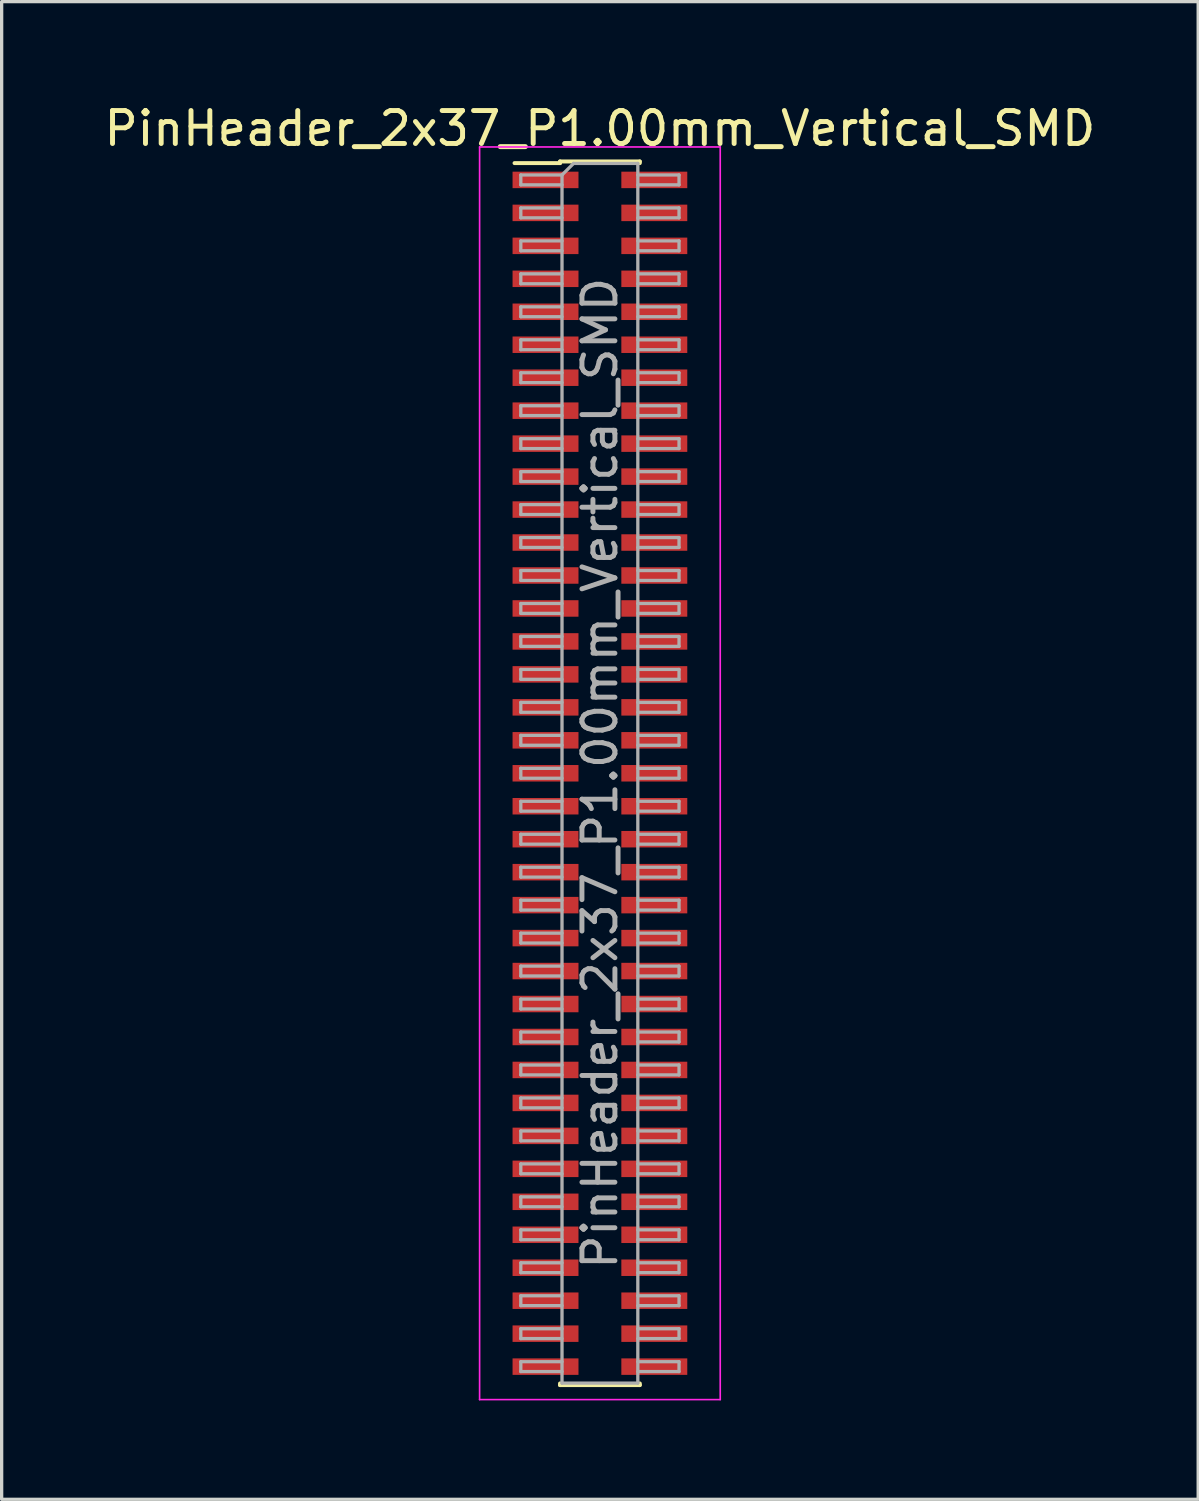
<source format=kicad_pcb>
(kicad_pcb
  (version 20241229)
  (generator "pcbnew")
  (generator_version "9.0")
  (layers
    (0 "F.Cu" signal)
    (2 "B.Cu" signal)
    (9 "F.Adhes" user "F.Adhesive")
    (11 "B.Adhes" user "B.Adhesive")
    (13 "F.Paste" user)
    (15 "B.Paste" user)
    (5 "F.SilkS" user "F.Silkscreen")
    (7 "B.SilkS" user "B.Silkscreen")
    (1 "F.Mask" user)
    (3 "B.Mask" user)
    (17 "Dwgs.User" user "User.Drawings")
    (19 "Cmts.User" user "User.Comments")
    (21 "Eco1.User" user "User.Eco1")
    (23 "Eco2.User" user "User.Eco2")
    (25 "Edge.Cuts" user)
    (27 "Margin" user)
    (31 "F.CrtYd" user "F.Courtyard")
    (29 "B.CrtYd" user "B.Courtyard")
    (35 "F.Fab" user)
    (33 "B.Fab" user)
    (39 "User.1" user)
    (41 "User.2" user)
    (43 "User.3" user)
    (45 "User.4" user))
  (footprint "PinHeader_2x37_P1.00mm_Vertical_SMD"
    (layer "F.Cu")
    (at 15.149 20.408)
    (property "Reference" "PinHeader_2x37_P1.00mm_Vertical_SMD" (at 0 -19.56 0) (layer "F.SilkS") (effects (font (size 1 1) (thickness 0.15))))
    (attr smd)
    (fp_line (start -2.59 -18.51) (end -1.21 -18.51) (stroke (width 0.12) (type solid)) (layer "F.SilkS"))
    (fp_line (start -1.21 -18.56) (end -1.21 -18.51) (stroke (width 0.12) (type solid)) (layer "F.SilkS"))
    (fp_line (start -1.21 -18.56) (end 1.21 -18.56) (stroke (width 0.12) (type solid)) (layer "F.SilkS"))
    (fp_line (start -1.21 18.51) (end -1.21 18.56) (stroke (width 0.12) (type solid)) (layer "F.SilkS"))
    (fp_line (start -1.21 18.56) (end 1.21 18.56) (stroke (width 0.12) (type solid)) (layer "F.SilkS"))
    (fp_line (start 1.21 -18.56) (end 1.21 -18.51) (stroke (width 0.12) (type solid)) (layer "F.SilkS"))
    (fp_line (start 1.21 18.51) (end 1.21 18.56) (stroke (width 0.12) (type solid)) (layer "F.SilkS"))
    (fp_line (start -3.65 -19) (end -3.65 19) (stroke (width 0.05) (type solid)) (layer "F.CrtYd"))
    (fp_line (start -3.65 19) (end 3.65 19) (stroke (width 0.05) (type solid)) (layer "F.CrtYd"))
    (fp_line (start 3.65 -19) (end -3.65 -19) (stroke (width 0.05) (type solid)) (layer "F.CrtYd"))
    (fp_line (start 3.65 19) (end 3.65 -19) (stroke (width 0.05) (type solid)) (layer "F.CrtYd"))
    (fp_line (start -2.4 -18.15) (end -2.4 -17.85) (stroke (width 0.1) (type solid)) (layer "F.Fab"))
    (fp_line (start -2.4 -17.85) (end -1.15 -17.85) (stroke (width 0.1) (type solid)) (layer "F.Fab"))
    (fp_line (start -2.4 -17.15) (end -2.4 -16.85) (stroke (width 0.1) (type solid)) (layer "F.Fab"))
    (fp_line (start -2.4 -16.85) (end -1.15 -16.85) (stroke (width 0.1) (type solid)) (layer "F.Fab"))
    (fp_line (start -2.4 -16.15) (end -2.4 -15.85) (stroke (width 0.1) (type solid)) (layer "F.Fab"))
    (fp_line (start -2.4 -15.85) (end -1.15 -15.85) (stroke (width 0.1) (type solid)) (layer "F.Fab"))
    (fp_line (start -2.4 -15.15) (end -2.4 -14.85) (stroke (width 0.1) (type solid)) (layer "F.Fab"))
    (fp_line (start -2.4 -14.85) (end -1.15 -14.85) (stroke (width 0.1) (type solid)) (layer "F.Fab"))
    (fp_line (start -2.4 -14.15) (end -2.4 -13.85) (stroke (width 0.1) (type solid)) (layer "F.Fab"))
    (fp_line (start -2.4 -13.85) (end -1.15 -13.85) (stroke (width 0.1) (type solid)) (layer "F.Fab"))
    (fp_line (start -2.4 -13.15) (end -2.4 -12.85) (stroke (width 0.1) (type solid)) (layer "F.Fab"))
    (fp_line (start -2.4 -12.85) (end -1.15 -12.85) (stroke (width 0.1) (type solid)) (layer "F.Fab"))
    (fp_line (start -2.4 -12.15) (end -2.4 -11.85) (stroke (width 0.1) (type solid)) (layer "F.Fab"))
    (fp_line (start -2.4 -11.85) (end -1.15 -11.85) (stroke (width 0.1) (type solid)) (layer "F.Fab"))
    (fp_line (start -2.4 -11.15) (end -2.4 -10.85) (stroke (width 0.1) (type solid)) (layer "F.Fab"))
    (fp_line (start -2.4 -10.85) (end -1.15 -10.85) (stroke (width 0.1) (type solid)) (layer "F.Fab"))
    (fp_line (start -2.4 -10.15) (end -2.4 -9.85) (stroke (width 0.1) (type solid)) (layer "F.Fab"))
    (fp_line (start -2.4 -9.85) (end -1.15 -9.85) (stroke (width 0.1) (type solid)) (layer "F.Fab"))
    (fp_line (start -2.4 -9.15) (end -2.4 -8.85) (stroke (width 0.1) (type solid)) (layer "F.Fab"))
    (fp_line (start -2.4 -8.85) (end -1.15 -8.85) (stroke (width 0.1) (type solid)) (layer "F.Fab"))
    (fp_line (start -2.4 -8.15) (end -2.4 -7.85) (stroke (width 0.1) (type solid)) (layer "F.Fab"))
    (fp_line (start -2.4 -7.85) (end -1.15 -7.85) (stroke (width 0.1) (type solid)) (layer "F.Fab"))
    (fp_line (start -2.4 -7.15) (end -2.4 -6.85) (stroke (width 0.1) (type solid)) (layer "F.Fab"))
    (fp_line (start -2.4 -6.85) (end -1.15 -6.85) (stroke (width 0.1) (type solid)) (layer "F.Fab"))
    (fp_line (start -2.4 -6.15) (end -2.4 -5.85) (stroke (width 0.1) (type solid)) (layer "F.Fab"))
    (fp_line (start -2.4 -5.85) (end -1.15 -5.85) (stroke (width 0.1) (type solid)) (layer "F.Fab"))
    (fp_line (start -2.4 -5.15) (end -2.4 -4.85) (stroke (width 0.1) (type solid)) (layer "F.Fab"))
    (fp_line (start -2.4 -4.85) (end -1.15 -4.85) (stroke (width 0.1) (type solid)) (layer "F.Fab"))
    (fp_line (start -2.4 -4.15) (end -2.4 -3.85) (stroke (width 0.1) (type solid)) (layer "F.Fab"))
    (fp_line (start -2.4 -3.85) (end -1.15 -3.85) (stroke (width 0.1) (type solid)) (layer "F.Fab"))
    (fp_line (start -2.4 -3.15) (end -2.4 -2.85) (stroke (width 0.1) (type solid)) (layer "F.Fab"))
    (fp_line (start -2.4 -2.85) (end -1.15 -2.85) (stroke (width 0.1) (type solid)) (layer "F.Fab"))
    (fp_line (start -2.4 -2.15) (end -2.4 -1.85) (stroke (width 0.1) (type solid)) (layer "F.Fab"))
    (fp_line (start -2.4 -1.85) (end -1.15 -1.85) (stroke (width 0.1) (type solid)) (layer "F.Fab"))
    (fp_line (start -2.4 -1.15) (end -2.4 -0.85) (stroke (width 0.1) (type solid)) (layer "F.Fab"))
    (fp_line (start -2.4 -0.85) (end -1.15 -0.85) (stroke (width 0.1) (type solid)) (layer "F.Fab"))
    (fp_line (start -2.4 -0.15) (end -2.4 0.15) (stroke (width 0.1) (type solid)) (layer "F.Fab"))
    (fp_line (start -2.4 0.15) (end -1.15 0.15) (stroke (width 0.1) (type solid)) (layer "F.Fab"))
    (fp_line (start -2.4 0.85) (end -2.4 1.15) (stroke (width 0.1) (type solid)) (layer "F.Fab"))
    (fp_line (start -2.4 1.15) (end -1.15 1.15) (stroke (width 0.1) (type solid)) (layer "F.Fab"))
    (fp_line (start -2.4 1.85) (end -2.4 2.15) (stroke (width 0.1) (type solid)) (layer "F.Fab"))
    (fp_line (start -2.4 2.15) (end -1.15 2.15) (stroke (width 0.1) (type solid)) (layer "F.Fab"))
    (fp_line (start -2.4 2.85) (end -2.4 3.15) (stroke (width 0.1) (type solid)) (layer "F.Fab"))
    (fp_line (start -2.4 3.15) (end -1.15 3.15) (stroke (width 0.1) (type solid)) (layer "F.Fab"))
    (fp_line (start -2.4 3.85) (end -2.4 4.15) (stroke (width 0.1) (type solid)) (layer "F.Fab"))
    (fp_line (start -2.4 4.15) (end -1.15 4.15) (stroke (width 0.1) (type solid)) (layer "F.Fab"))
    (fp_line (start -2.4 4.85) (end -2.4 5.15) (stroke (width 0.1) (type solid)) (layer "F.Fab"))
    (fp_line (start -2.4 5.15) (end -1.15 5.15) (stroke (width 0.1) (type solid)) (layer "F.Fab"))
    (fp_line (start -2.4 5.85) (end -2.4 6.15) (stroke (width 0.1) (type solid)) (layer "F.Fab"))
    (fp_line (start -2.4 6.15) (end -1.15 6.15) (stroke (width 0.1) (type solid)) (layer "F.Fab"))
    (fp_line (start -2.4 6.85) (end -2.4 7.15) (stroke (width 0.1) (type solid)) (layer "F.Fab"))
    (fp_line (start -2.4 7.15) (end -1.15 7.15) (stroke (width 0.1) (type solid)) (layer "F.Fab"))
    (fp_line (start -2.4 7.85) (end -2.4 8.15) (stroke (width 0.1) (type solid)) (layer "F.Fab"))
    (fp_line (start -2.4 8.15) (end -1.15 8.15) (stroke (width 0.1) (type solid)) (layer "F.Fab"))
    (fp_line (start -2.4 8.85) (end -2.4 9.15) (stroke (width 0.1) (type solid)) (layer "F.Fab"))
    (fp_line (start -2.4 9.15) (end -1.15 9.15) (stroke (width 0.1) (type solid)) (layer "F.Fab"))
    (fp_line (start -2.4 9.85) (end -2.4 10.15) (stroke (width 0.1) (type solid)) (layer "F.Fab"))
    (fp_line (start -2.4 10.15) (end -1.15 10.15) (stroke (width 0.1) (type solid)) (layer "F.Fab"))
    (fp_line (start -2.4 10.85) (end -2.4 11.15) (stroke (width 0.1) (type solid)) (layer "F.Fab"))
    (fp_line (start -2.4 11.15) (end -1.15 11.15) (stroke (width 0.1) (type solid)) (layer "F.Fab"))
    (fp_line (start -2.4 11.85) (end -2.4 12.15) (stroke (width 0.1) (type solid)) (layer "F.Fab"))
    (fp_line (start -2.4 12.15) (end -1.15 12.15) (stroke (width 0.1) (type solid)) (layer "F.Fab"))
    (fp_line (start -2.4 12.85) (end -2.4 13.15) (stroke (width 0.1) (type solid)) (layer "F.Fab"))
    (fp_line (start -2.4 13.15) (end -1.15 13.15) (stroke (width 0.1) (type solid)) (layer "F.Fab"))
    (fp_line (start -2.4 13.85) (end -2.4 14.15) (stroke (width 0.1) (type solid)) (layer "F.Fab"))
    (fp_line (start -2.4 14.15) (end -1.15 14.15) (stroke (width 0.1) (type solid)) (layer "F.Fab"))
    (fp_line (start -2.4 14.85) (end -2.4 15.15) (stroke (width 0.1) (type solid)) (layer "F.Fab"))
    (fp_line (start -2.4 15.15) (end -1.15 15.15) (stroke (width 0.1) (type solid)) (layer "F.Fab"))
    (fp_line (start -2.4 15.85) (end -2.4 16.15) (stroke (width 0.1) (type solid)) (layer "F.Fab"))
    (fp_line (start -2.4 16.15) (end -1.15 16.15) (stroke (width 0.1) (type solid)) (layer "F.Fab"))
    (fp_line (start -2.4 16.85) (end -2.4 17.15) (stroke (width 0.1) (type solid)) (layer "F.Fab"))
    (fp_line (start -2.4 17.15) (end -1.15 17.15) (stroke (width 0.1) (type solid)) (layer "F.Fab"))
    (fp_line (start -2.4 17.85) (end -2.4 18.15) (stroke (width 0.1) (type solid)) (layer "F.Fab"))
    (fp_line (start -2.4 18.15) (end -1.15 18.15) (stroke (width 0.1) (type solid)) (layer "F.Fab"))
    (fp_line (start -1.15 -18.15) (end -2.4 -18.15) (stroke (width 0.1) (type solid)) (layer "F.Fab"))
    (fp_line (start -1.15 -18.15) (end -0.8 -18.5) (stroke (width 0.1) (type solid)) (layer "F.Fab"))
    (fp_line (start -1.15 -17.15) (end -2.4 -17.15) (stroke (width 0.1) (type solid)) (layer "F.Fab"))
    (fp_line (start -1.15 -16.15) (end -2.4 -16.15) (stroke (width 0.1) (type solid)) (layer "F.Fab"))
    (fp_line (start -1.15 -15.15) (end -2.4 -15.15) (stroke (width 0.1) (type solid)) (layer "F.Fab"))
    (fp_line (start -1.15 -14.15) (end -2.4 -14.15) (stroke (width 0.1) (type solid)) (layer "F.Fab"))
    (fp_line (start -1.15 -13.15) (end -2.4 -13.15) (stroke (width 0.1) (type solid)) (layer "F.Fab"))
    (fp_line (start -1.15 -12.15) (end -2.4 -12.15) (stroke (width 0.1) (type solid)) (layer "F.Fab"))
    (fp_line (start -1.15 -11.15) (end -2.4 -11.15) (stroke (width 0.1) (type solid)) (layer "F.Fab"))
    (fp_line (start -1.15 -10.15) (end -2.4 -10.15) (stroke (width 0.1) (type solid)) (layer "F.Fab"))
    (fp_line (start -1.15 -9.15) (end -2.4 -9.15) (stroke (width 0.1) (type solid)) (layer "F.Fab"))
    (fp_line (start -1.15 -8.15) (end -2.4 -8.15) (stroke (width 0.1) (type solid)) (layer "F.Fab"))
    (fp_line (start -1.15 -7.15) (end -2.4 -7.15) (stroke (width 0.1) (type solid)) (layer "F.Fab"))
    (fp_line (start -1.15 -6.15) (end -2.4 -6.15) (stroke (width 0.1) (type solid)) (layer "F.Fab"))
    (fp_line (start -1.15 -5.15) (end -2.4 -5.15) (stroke (width 0.1) (type solid)) (layer "F.Fab"))
    (fp_line (start -1.15 -4.15) (end -2.4 -4.15) (stroke (width 0.1) (type solid)) (layer "F.Fab"))
    (fp_line (start -1.15 -3.15) (end -2.4 -3.15) (stroke (width 0.1) (type solid)) (layer "F.Fab"))
    (fp_line (start -1.15 -2.15) (end -2.4 -2.15) (stroke (width 0.1) (type solid)) (layer "F.Fab"))
    (fp_line (start -1.15 -1.15) (end -2.4 -1.15) (stroke (width 0.1) (type solid)) (layer "F.Fab"))
    (fp_line (start -1.15 -0.15) (end -2.4 -0.15) (stroke (width 0.1) (type solid)) (layer "F.Fab"))
    (fp_line (start -1.15 0.85) (end -2.4 0.85) (stroke (width 0.1) (type solid)) (layer "F.Fab"))
    (fp_line (start -1.15 1.85) (end -2.4 1.85) (stroke (width 0.1) (type solid)) (layer "F.Fab"))
    (fp_line (start -1.15 2.85) (end -2.4 2.85) (stroke (width 0.1) (type solid)) (layer "F.Fab"))
    (fp_line (start -1.15 3.85) (end -2.4 3.85) (stroke (width 0.1) (type solid)) (layer "F.Fab"))
    (fp_line (start -1.15 4.85) (end -2.4 4.85) (stroke (width 0.1) (type solid)) (layer "F.Fab"))
    (fp_line (start -1.15 5.85) (end -2.4 5.85) (stroke (width 0.1) (type solid)) (layer "F.Fab"))
    (fp_line (start -1.15 6.85) (end -2.4 6.85) (stroke (width 0.1) (type solid)) (layer "F.Fab"))
    (fp_line (start -1.15 7.85) (end -2.4 7.85) (stroke (width 0.1) (type solid)) (layer "F.Fab"))
    (fp_line (start -1.15 8.85) (end -2.4 8.85) (stroke (width 0.1) (type solid)) (layer "F.Fab"))
    (fp_line (start -1.15 9.85) (end -2.4 9.85) (stroke (width 0.1) (type solid)) (layer "F.Fab"))
    (fp_line (start -1.15 10.85) (end -2.4 10.85) (stroke (width 0.1) (type solid)) (layer "F.Fab"))
    (fp_line (start -1.15 11.85) (end -2.4 11.85) (stroke (width 0.1) (type solid)) (layer "F.Fab"))
    (fp_line (start -1.15 12.85) (end -2.4 12.85) (stroke (width 0.1) (type solid)) (layer "F.Fab"))
    (fp_line (start -1.15 13.85) (end -2.4 13.85) (stroke (width 0.1) (type solid)) (layer "F.Fab"))
    (fp_line (start -1.15 14.85) (end -2.4 14.85) (stroke (width 0.1) (type solid)) (layer "F.Fab"))
    (fp_line (start -1.15 15.85) (end -2.4 15.85) (stroke (width 0.1) (type solid)) (layer "F.Fab"))
    (fp_line (start -1.15 16.85) (end -2.4 16.85) (stroke (width 0.1) (type solid)) (layer "F.Fab"))
    (fp_line (start -1.15 17.85) (end -2.4 17.85) (stroke (width 0.1) (type solid)) (layer "F.Fab"))
    (fp_line (start -1.15 18.5) (end -1.15 -18.15) (stroke (width 0.1) (type solid)) (layer "F.Fab"))
    (fp_line (start -0.8 -18.5) (end 1.15 -18.5) (stroke (width 0.1) (type solid)) (layer "F.Fab"))
    (fp_line (start 1.15 -18.5) (end 1.15 18.5) (stroke (width 0.1) (type solid)) (layer "F.Fab"))
    (fp_line (start 1.15 -18.15) (end 2.4 -18.15) (stroke (width 0.1) (type solid)) (layer "F.Fab"))
    (fp_line (start 1.15 -17.15) (end 2.4 -17.15) (stroke (width 0.1) (type solid)) (layer "F.Fab"))
    (fp_line (start 1.15 -16.15) (end 2.4 -16.15) (stroke (width 0.1) (type solid)) (layer "F.Fab"))
    (fp_line (start 1.15 -15.15) (end 2.4 -15.15) (stroke (width 0.1) (type solid)) (layer "F.Fab"))
    (fp_line (start 1.15 -14.15) (end 2.4 -14.15) (stroke (width 0.1) (type solid)) (layer "F.Fab"))
    (fp_line (start 1.15 -13.15) (end 2.4 -13.15) (stroke (width 0.1) (type solid)) (layer "F.Fab"))
    (fp_line (start 1.15 -12.15) (end 2.4 -12.15) (stroke (width 0.1) (type solid)) (layer "F.Fab"))
    (fp_line (start 1.15 -11.15) (end 2.4 -11.15) (stroke (width 0.1) (type solid)) (layer "F.Fab"))
    (fp_line (start 1.15 -10.15) (end 2.4 -10.15) (stroke (width 0.1) (type solid)) (layer "F.Fab"))
    (fp_line (start 1.15 -9.15) (end 2.4 -9.15) (stroke (width 0.1) (type solid)) (layer "F.Fab"))
    (fp_line (start 1.15 -8.15) (end 2.4 -8.15) (stroke (width 0.1) (type solid)) (layer "F.Fab"))
    (fp_line (start 1.15 -7.15) (end 2.4 -7.15) (stroke (width 0.1) (type solid)) (layer "F.Fab"))
    (fp_line (start 1.15 -6.15) (end 2.4 -6.15) (stroke (width 0.1) (type solid)) (layer "F.Fab"))
    (fp_line (start 1.15 -5.15) (end 2.4 -5.15) (stroke (width 0.1) (type solid)) (layer "F.Fab"))
    (fp_line (start 1.15 -4.15) (end 2.4 -4.15) (stroke (width 0.1) (type solid)) (layer "F.Fab"))
    (fp_line (start 1.15 -3.15) (end 2.4 -3.15) (stroke (width 0.1) (type solid)) (layer "F.Fab"))
    (fp_line (start 1.15 -2.15) (end 2.4 -2.15) (stroke (width 0.1) (type solid)) (layer "F.Fab"))
    (fp_line (start 1.15 -1.15) (end 2.4 -1.15) (stroke (width 0.1) (type solid)) (layer "F.Fab"))
    (fp_line (start 1.15 -0.15) (end 2.4 -0.15) (stroke (width 0.1) (type solid)) (layer "F.Fab"))
    (fp_line (start 1.15 0.85) (end 2.4 0.85) (stroke (width 0.1) (type solid)) (layer "F.Fab"))
    (fp_line (start 1.15 1.85) (end 2.4 1.85) (stroke (width 0.1) (type solid)) (layer "F.Fab"))
    (fp_line (start 1.15 2.85) (end 2.4 2.85) (stroke (width 0.1) (type solid)) (layer "F.Fab"))
    (fp_line (start 1.15 3.85) (end 2.4 3.85) (stroke (width 0.1) (type solid)) (layer "F.Fab"))
    (fp_line (start 1.15 4.85) (end 2.4 4.85) (stroke (width 0.1) (type solid)) (layer "F.Fab"))
    (fp_line (start 1.15 5.85) (end 2.4 5.85) (stroke (width 0.1) (type solid)) (layer "F.Fab"))
    (fp_line (start 1.15 6.85) (end 2.4 6.85) (stroke (width 0.1) (type solid)) (layer "F.Fab"))
    (fp_line (start 1.15 7.85) (end 2.4 7.85) (stroke (width 0.1) (type solid)) (layer "F.Fab"))
    (fp_line (start 1.15 8.85) (end 2.4 8.85) (stroke (width 0.1) (type solid)) (layer "F.Fab"))
    (fp_line (start 1.15 9.85) (end 2.4 9.85) (stroke (width 0.1) (type solid)) (layer "F.Fab"))
    (fp_line (start 1.15 10.85) (end 2.4 10.85) (stroke (width 0.1) (type solid)) (layer "F.Fab"))
    (fp_line (start 1.15 11.85) (end 2.4 11.85) (stroke (width 0.1) (type solid)) (layer "F.Fab"))
    (fp_line (start 1.15 12.85) (end 2.4 12.85) (stroke (width 0.1) (type solid)) (layer "F.Fab"))
    (fp_line (start 1.15 13.85) (end 2.4 13.85) (stroke (width 0.1) (type solid)) (layer "F.Fab"))
    (fp_line (start 1.15 14.85) (end 2.4 14.85) (stroke (width 0.1) (type solid)) (layer "F.Fab"))
    (fp_line (start 1.15 15.85) (end 2.4 15.85) (stroke (width 0.1) (type solid)) (layer "F.Fab"))
    (fp_line (start 1.15 16.85) (end 2.4 16.85) (stroke (width 0.1) (type solid)) (layer "F.Fab"))
    (fp_line (start 1.15 17.85) (end 2.4 17.85) (stroke (width 0.1) (type solid)) (layer "F.Fab"))
    (fp_line (start 1.15 18.5) (end -1.15 18.5) (stroke (width 0.1) (type solid)) (layer "F.Fab"))
    (fp_line (start 2.4 -18.15) (end 2.4 -17.85) (stroke (width 0.1) (type solid)) (layer "F.Fab"))
    (fp_line (start 2.4 -17.85) (end 1.15 -17.85) (stroke (width 0.1) (type solid)) (layer "F.Fab"))
    (fp_line (start 2.4 -17.15) (end 2.4 -16.85) (stroke (width 0.1) (type solid)) (layer "F.Fab"))
    (fp_line (start 2.4 -16.85) (end 1.15 -16.85) (stroke (width 0.1) (type solid)) (layer "F.Fab"))
    (fp_line (start 2.4 -16.15) (end 2.4 -15.85) (stroke (width 0.1) (type solid)) (layer "F.Fab"))
    (fp_line (start 2.4 -15.85) (end 1.15 -15.85) (stroke (width 0.1) (type solid)) (layer "F.Fab"))
    (fp_line (start 2.4 -15.15) (end 2.4 -14.85) (stroke (width 0.1) (type solid)) (layer "F.Fab"))
    (fp_line (start 2.4 -14.85) (end 1.15 -14.85) (stroke (width 0.1) (type solid)) (layer "F.Fab"))
    (fp_line (start 2.4 -14.15) (end 2.4 -13.85) (stroke (width 0.1) (type solid)) (layer "F.Fab"))
    (fp_line (start 2.4 -13.85) (end 1.15 -13.85) (stroke (width 0.1) (type solid)) (layer "F.Fab"))
    (fp_line (start 2.4 -13.15) (end 2.4 -12.85) (stroke (width 0.1) (type solid)) (layer "F.Fab"))
    (fp_line (start 2.4 -12.85) (end 1.15 -12.85) (stroke (width 0.1) (type solid)) (layer "F.Fab"))
    (fp_line (start 2.4 -12.15) (end 2.4 -11.85) (stroke (width 0.1) (type solid)) (layer "F.Fab"))
    (fp_line (start 2.4 -11.85) (end 1.15 -11.85) (stroke (width 0.1) (type solid)) (layer "F.Fab"))
    (fp_line (start 2.4 -11.15) (end 2.4 -10.85) (stroke (width 0.1) (type solid)) (layer "F.Fab"))
    (fp_line (start 2.4 -10.85) (end 1.15 -10.85) (stroke (width 0.1) (type solid)) (layer "F.Fab"))
    (fp_line (start 2.4 -10.15) (end 2.4 -9.85) (stroke (width 0.1) (type solid)) (layer "F.Fab"))
    (fp_line (start 2.4 -9.85) (end 1.15 -9.85) (stroke (width 0.1) (type solid)) (layer "F.Fab"))
    (fp_line (start 2.4 -9.15) (end 2.4 -8.85) (stroke (width 0.1) (type solid)) (layer "F.Fab"))
    (fp_line (start 2.4 -8.85) (end 1.15 -8.85) (stroke (width 0.1) (type solid)) (layer "F.Fab"))
    (fp_line (start 2.4 -8.15) (end 2.4 -7.85) (stroke (width 0.1) (type solid)) (layer "F.Fab"))
    (fp_line (start 2.4 -7.85) (end 1.15 -7.85) (stroke (width 0.1) (type solid)) (layer "F.Fab"))
    (fp_line (start 2.4 -7.15) (end 2.4 -6.85) (stroke (width 0.1) (type solid)) (layer "F.Fab"))
    (fp_line (start 2.4 -6.85) (end 1.15 -6.85) (stroke (width 0.1) (type solid)) (layer "F.Fab"))
    (fp_line (start 2.4 -6.15) (end 2.4 -5.85) (stroke (width 0.1) (type solid)) (layer "F.Fab"))
    (fp_line (start 2.4 -5.85) (end 1.15 -5.85) (stroke (width 0.1) (type solid)) (layer "F.Fab"))
    (fp_line (start 2.4 -5.15) (end 2.4 -4.85) (stroke (width 0.1) (type solid)) (layer "F.Fab"))
    (fp_line (start 2.4 -4.85) (end 1.15 -4.85) (stroke (width 0.1) (type solid)) (layer "F.Fab"))
    (fp_line (start 2.4 -4.15) (end 2.4 -3.85) (stroke (width 0.1) (type solid)) (layer "F.Fab"))
    (fp_line (start 2.4 -3.85) (end 1.15 -3.85) (stroke (width 0.1) (type solid)) (layer "F.Fab"))
    (fp_line (start 2.4 -3.15) (end 2.4 -2.85) (stroke (width 0.1) (type solid)) (layer "F.Fab"))
    (fp_line (start 2.4 -2.85) (end 1.15 -2.85) (stroke (width 0.1) (type solid)) (layer "F.Fab"))
    (fp_line (start 2.4 -2.15) (end 2.4 -1.85) (stroke (width 0.1) (type solid)) (layer "F.Fab"))
    (fp_line (start 2.4 -1.85) (end 1.15 -1.85) (stroke (width 0.1) (type solid)) (layer "F.Fab"))
    (fp_line (start 2.4 -1.15) (end 2.4 -0.85) (stroke (width 0.1) (type solid)) (layer "F.Fab"))
    (fp_line (start 2.4 -0.85) (end 1.15 -0.85) (stroke (width 0.1) (type solid)) (layer "F.Fab"))
    (fp_line (start 2.4 -0.15) (end 2.4 0.15) (stroke (width 0.1) (type solid)) (layer "F.Fab"))
    (fp_line (start 2.4 0.15) (end 1.15 0.15) (stroke (width 0.1) (type solid)) (layer "F.Fab"))
    (fp_line (start 2.4 0.85) (end 2.4 1.15) (stroke (width 0.1) (type solid)) (layer "F.Fab"))
    (fp_line (start 2.4 1.15) (end 1.15 1.15) (stroke (width 0.1) (type solid)) (layer "F.Fab"))
    (fp_line (start 2.4 1.85) (end 2.4 2.15) (stroke (width 0.1) (type solid)) (layer "F.Fab"))
    (fp_line (start 2.4 2.15) (end 1.15 2.15) (stroke (width 0.1) (type solid)) (layer "F.Fab"))
    (fp_line (start 2.4 2.85) (end 2.4 3.15) (stroke (width 0.1) (type solid)) (layer "F.Fab"))
    (fp_line (start 2.4 3.15) (end 1.15 3.15) (stroke (width 0.1) (type solid)) (layer "F.Fab"))
    (fp_line (start 2.4 3.85) (end 2.4 4.15) (stroke (width 0.1) (type solid)) (layer "F.Fab"))
    (fp_line (start 2.4 4.15) (end 1.15 4.15) (stroke (width 0.1) (type solid)) (layer "F.Fab"))
    (fp_line (start 2.4 4.85) (end 2.4 5.15) (stroke (width 0.1) (type solid)) (layer "F.Fab"))
    (fp_line (start 2.4 5.15) (end 1.15 5.15) (stroke (width 0.1) (type solid)) (layer "F.Fab"))
    (fp_line (start 2.4 5.85) (end 2.4 6.15) (stroke (width 0.1) (type solid)) (layer "F.Fab"))
    (fp_line (start 2.4 6.15) (end 1.15 6.15) (stroke (width 0.1) (type solid)) (layer "F.Fab"))
    (fp_line (start 2.4 6.85) (end 2.4 7.15) (stroke (width 0.1) (type solid)) (layer "F.Fab"))
    (fp_line (start 2.4 7.15) (end 1.15 7.15) (stroke (width 0.1) (type solid)) (layer "F.Fab"))
    (fp_line (start 2.4 7.85) (end 2.4 8.15) (stroke (width 0.1) (type solid)) (layer "F.Fab"))
    (fp_line (start 2.4 8.15) (end 1.15 8.15) (stroke (width 0.1) (type solid)) (layer "F.Fab"))
    (fp_line (start 2.4 8.85) (end 2.4 9.15) (stroke (width 0.1) (type solid)) (layer "F.Fab"))
    (fp_line (start 2.4 9.15) (end 1.15 9.15) (stroke (width 0.1) (type solid)) (layer "F.Fab"))
    (fp_line (start 2.4 9.85) (end 2.4 10.15) (stroke (width 0.1) (type solid)) (layer "F.Fab"))
    (fp_line (start 2.4 10.15) (end 1.15 10.15) (stroke (width 0.1) (type solid)) (layer "F.Fab"))
    (fp_line (start 2.4 10.85) (end 2.4 11.15) (stroke (width 0.1) (type solid)) (layer "F.Fab"))
    (fp_line (start 2.4 11.15) (end 1.15 11.15) (stroke (width 0.1) (type solid)) (layer "F.Fab"))
    (fp_line (start 2.4 11.85) (end 2.4 12.15) (stroke (width 0.1) (type solid)) (layer "F.Fab"))
    (fp_line (start 2.4 12.15) (end 1.15 12.15) (stroke (width 0.1) (type solid)) (layer "F.Fab"))
    (fp_line (start 2.4 12.85) (end 2.4 13.15) (stroke (width 0.1) (type solid)) (layer "F.Fab"))
    (fp_line (start 2.4 13.15) (end 1.15 13.15) (stroke (width 0.1) (type solid)) (layer "F.Fab"))
    (fp_line (start 2.4 13.85) (end 2.4 14.15) (stroke (width 0.1) (type solid)) (layer "F.Fab"))
    (fp_line (start 2.4 14.15) (end 1.15 14.15) (stroke (width 0.1) (type solid)) (layer "F.Fab"))
    (fp_line (start 2.4 14.85) (end 2.4 15.15) (stroke (width 0.1) (type solid)) (layer "F.Fab"))
    (fp_line (start 2.4 15.15) (end 1.15 15.15) (stroke (width 0.1) (type solid)) (layer "F.Fab"))
    (fp_line (start 2.4 15.85) (end 2.4 16.15) (stroke (width 0.1) (type solid)) (layer "F.Fab"))
    (fp_line (start 2.4 16.15) (end 1.15 16.15) (stroke (width 0.1) (type solid)) (layer "F.Fab"))
    (fp_line (start 2.4 16.85) (end 2.4 17.15) (stroke (width 0.1) (type solid)) (layer "F.Fab"))
    (fp_line (start 2.4 17.15) (end 1.15 17.15) (stroke (width 0.1) (type solid)) (layer "F.Fab"))
    (fp_line (start 2.4 17.85) (end 2.4 18.15) (stroke (width 0.1) (type solid)) (layer "F.Fab"))
    (fp_line (start 2.4 18.15) (end 1.15 18.15) (stroke (width 0.1) (type solid)) (layer "F.Fab"))
    (fp_text user "${REFERENCE}" (at 0 0 90) (layer "F.Fab") (effects (font (size 1 1) (thickness 0.15))))
    (pad "1" smd rect (at -1.65 -18) (size 2 0.5) (layers "F.Cu" "F.Mask" "F.Paste"))
    (pad "2" smd rect (at 1.65 -18) (size 2 0.5) (layers "F.Cu" "F.Mask" "F.Paste"))
    (pad "3" smd rect (at -1.65 -17) (size 2 0.5) (layers "F.Cu" "F.Mask" "F.Paste"))
    (pad "4" smd rect (at 1.65 -17) (size 2 0.5) (layers "F.Cu" "F.Mask" "F.Paste"))
    (pad "5" smd rect (at -1.65 -16) (size 2 0.5) (layers "F.Cu" "F.Mask" "F.Paste"))
    (pad "6" smd rect (at 1.65 -16) (size 2 0.5) (layers "F.Cu" "F.Mask" "F.Paste"))
    (pad "7" smd rect (at -1.65 -15) (size 2 0.5) (layers "F.Cu" "F.Mask" "F.Paste"))
    (pad "8" smd rect (at 1.65 -15) (size 2 0.5) (layers "F.Cu" "F.Mask" "F.Paste"))
    (pad "9" smd rect (at -1.65 -14) (size 2 0.5) (layers "F.Cu" "F.Mask" "F.Paste"))
    (pad "10" smd rect (at 1.65 -14) (size 2 0.5) (layers "F.Cu" "F.Mask" "F.Paste"))
    (pad "11" smd rect (at -1.65 -13) (size 2 0.5) (layers "F.Cu" "F.Mask" "F.Paste"))
    (pad "12" smd rect (at 1.65 -13) (size 2 0.5) (layers "F.Cu" "F.Mask" "F.Paste"))
    (pad "13" smd rect (at -1.65 -12) (size 2 0.5) (layers "F.Cu" "F.Mask" "F.Paste"))
    (pad "14" smd rect (at 1.65 -12) (size 2 0.5) (layers "F.Cu" "F.Mask" "F.Paste"))
    (pad "15" smd rect (at -1.65 -11) (size 2 0.5) (layers "F.Cu" "F.Mask" "F.Paste"))
    (pad "16" smd rect (at 1.65 -11) (size 2 0.5) (layers "F.Cu" "F.Mask" "F.Paste"))
    (pad "17" smd rect (at -1.65 -10) (size 2 0.5) (layers "F.Cu" "F.Mask" "F.Paste"))
    (pad "18" smd rect (at 1.65 -10) (size 2 0.5) (layers "F.Cu" "F.Mask" "F.Paste"))
    (pad "19" smd rect (at -1.65 -9) (size 2 0.5) (layers "F.Cu" "F.Mask" "F.Paste"))
    (pad "20" smd rect (at 1.65 -9) (size 2 0.5) (layers "F.Cu" "F.Mask" "F.Paste"))
    (pad "21" smd rect (at -1.65 -8) (size 2 0.5) (layers "F.Cu" "F.Mask" "F.Paste"))
    (pad "22" smd rect (at 1.65 -8) (size 2 0.5) (layers "F.Cu" "F.Mask" "F.Paste"))
    (pad "23" smd rect (at -1.65 -7) (size 2 0.5) (layers "F.Cu" "F.Mask" "F.Paste"))
    (pad "24" smd rect (at 1.65 -7) (size 2 0.5) (layers "F.Cu" "F.Mask" "F.Paste"))
    (pad "25" smd rect (at -1.65 -6) (size 2 0.5) (layers "F.Cu" "F.Mask" "F.Paste"))
    (pad "26" smd rect (at 1.65 -6) (size 2 0.5) (layers "F.Cu" "F.Mask" "F.Paste"))
    (pad "27" smd rect (at -1.65 -5) (size 2 0.5) (layers "F.Cu" "F.Mask" "F.Paste"))
    (pad "28" smd rect (at 1.65 -5) (size 2 0.5) (layers "F.Cu" "F.Mask" "F.Paste"))
    (pad "29" smd rect (at -1.65 -4) (size 2 0.5) (layers "F.Cu" "F.Mask" "F.Paste"))
    (pad "30" smd rect (at 1.65 -4) (size 2 0.5) (layers "F.Cu" "F.Mask" "F.Paste"))
    (pad "31" smd rect (at -1.65 -3) (size 2 0.5) (layers "F.Cu" "F.Mask" "F.Paste"))
    (pad "32" smd rect (at 1.65 -3) (size 2 0.5) (layers "F.Cu" "F.Mask" "F.Paste"))
    (pad "33" smd rect (at -1.65 -2) (size 2 0.5) (layers "F.Cu" "F.Mask" "F.Paste"))
    (pad "34" smd rect (at 1.65 -2) (size 2 0.5) (layers "F.Cu" "F.Mask" "F.Paste"))
    (pad "35" smd rect (at -1.65 -1) (size 2 0.5) (layers "F.Cu" "F.Mask" "F.Paste"))
    (pad "36" smd rect (at 1.65 -1) (size 2 0.5) (layers "F.Cu" "F.Mask" "F.Paste"))
    (pad "37" smd rect (at -1.65 0) (size 2 0.5) (layers "F.Cu" "F.Mask" "F.Paste"))
    (pad "38" smd rect (at 1.65 0) (size 2 0.5) (layers "F.Cu" "F.Mask" "F.Paste"))
    (pad "39" smd rect (at -1.65 1) (size 2 0.5) (layers "F.Cu" "F.Mask" "F.Paste"))
    (pad "40" smd rect (at 1.65 1) (size 2 0.5) (layers "F.Cu" "F.Mask" "F.Paste"))
    (pad "41" smd rect (at -1.65 2) (size 2 0.5) (layers "F.Cu" "F.Mask" "F.Paste"))
    (pad "42" smd rect (at 1.65 2) (size 2 0.5) (layers "F.Cu" "F.Mask" "F.Paste"))
    (pad "43" smd rect (at -1.65 3) (size 2 0.5) (layers "F.Cu" "F.Mask" "F.Paste"))
    (pad "44" smd rect (at 1.65 3) (size 2 0.5) (layers "F.Cu" "F.Mask" "F.Paste"))
    (pad "45" smd rect (at -1.65 4) (size 2 0.5) (layers "F.Cu" "F.Mask" "F.Paste"))
    (pad "46" smd rect (at 1.65 4) (size 2 0.5) (layers "F.Cu" "F.Mask" "F.Paste"))
    (pad "47" smd rect (at -1.65 5) (size 2 0.5) (layers "F.Cu" "F.Mask" "F.Paste"))
    (pad "48" smd rect (at 1.65 5) (size 2 0.5) (layers "F.Cu" "F.Mask" "F.Paste"))
    (pad "49" smd rect (at -1.65 6) (size 2 0.5) (layers "F.Cu" "F.Mask" "F.Paste"))
    (pad "50" smd rect (at 1.65 6) (size 2 0.5) (layers "F.Cu" "F.Mask" "F.Paste"))
    (pad "51" smd rect (at -1.65 7) (size 2 0.5) (layers "F.Cu" "F.Mask" "F.Paste"))
    (pad "52" smd rect (at 1.65 7) (size 2 0.5) (layers "F.Cu" "F.Mask" "F.Paste"))
    (pad "53" smd rect (at -1.65 8) (size 2 0.5) (layers "F.Cu" "F.Mask" "F.Paste"))
    (pad "54" smd rect (at 1.65 8) (size 2 0.5) (layers "F.Cu" "F.Mask" "F.Paste"))
    (pad "55" smd rect (at -1.65 9) (size 2 0.5) (layers "F.Cu" "F.Mask" "F.Paste"))
    (pad "56" smd rect (at 1.65 9) (size 2 0.5) (layers "F.Cu" "F.Mask" "F.Paste"))
    (pad "57" smd rect (at -1.65 10) (size 2 0.5) (layers "F.Cu" "F.Mask" "F.Paste"))
    (pad "58" smd rect (at 1.65 10) (size 2 0.5) (layers "F.Cu" "F.Mask" "F.Paste"))
    (pad "59" smd rect (at -1.65 11) (size 2 0.5) (layers "F.Cu" "F.Mask" "F.Paste"))
    (pad "60" smd rect (at 1.65 11) (size 2 0.5) (layers "F.Cu" "F.Mask" "F.Paste"))
    (pad "61" smd rect (at -1.65 12) (size 2 0.5) (layers "F.Cu" "F.Mask" "F.Paste"))
    (pad "62" smd rect (at 1.65 12) (size 2 0.5) (layers "F.Cu" "F.Mask" "F.Paste"))
    (pad "63" smd rect (at -1.65 13) (size 2 0.5) (layers "F.Cu" "F.Mask" "F.Paste"))
    (pad "64" smd rect (at 1.65 13) (size 2 0.5) (layers "F.Cu" "F.Mask" "F.Paste"))
    (pad "65" smd rect (at -1.65 14) (size 2 0.5) (layers "F.Cu" "F.Mask" "F.Paste"))
    (pad "66" smd rect (at 1.65 14) (size 2 0.5) (layers "F.Cu" "F.Mask" "F.Paste"))
    (pad "67" smd rect (at -1.65 15) (size 2 0.5) (layers "F.Cu" "F.Mask" "F.Paste"))
    (pad "68" smd rect (at 1.65 15) (size 2 0.5) (layers "F.Cu" "F.Mask" "F.Paste"))
    (pad "69" smd rect (at -1.65 16) (size 2 0.5) (layers "F.Cu" "F.Mask" "F.Paste"))
    (pad "70" smd rect (at 1.65 16) (size 2 0.5) (layers "F.Cu" "F.Mask" "F.Paste"))
    (pad "71" smd rect (at -1.65 17) (size 2 0.5) (layers "F.Cu" "F.Mask" "F.Paste"))
    (pad "72" smd rect (at 1.65 17) (size 2 0.5) (layers "F.Cu" "F.Mask" "F.Paste"))
    (pad "73" smd rect (at -1.65 18) (size 2 0.5) (layers "F.Cu" "F.Mask" "F.Paste"))
    (pad "74" smd rect (at 1.65 18) (size 2 0.5) (layers "F.Cu" "F.Mask" "F.Paste")))
  (gr_rect
    (start -3 -3)
    (end 33.298 42.433)
    (stroke (width 0.1) (type default))
    (fill no)
    (layer "Edge.Cuts")))
</source>
